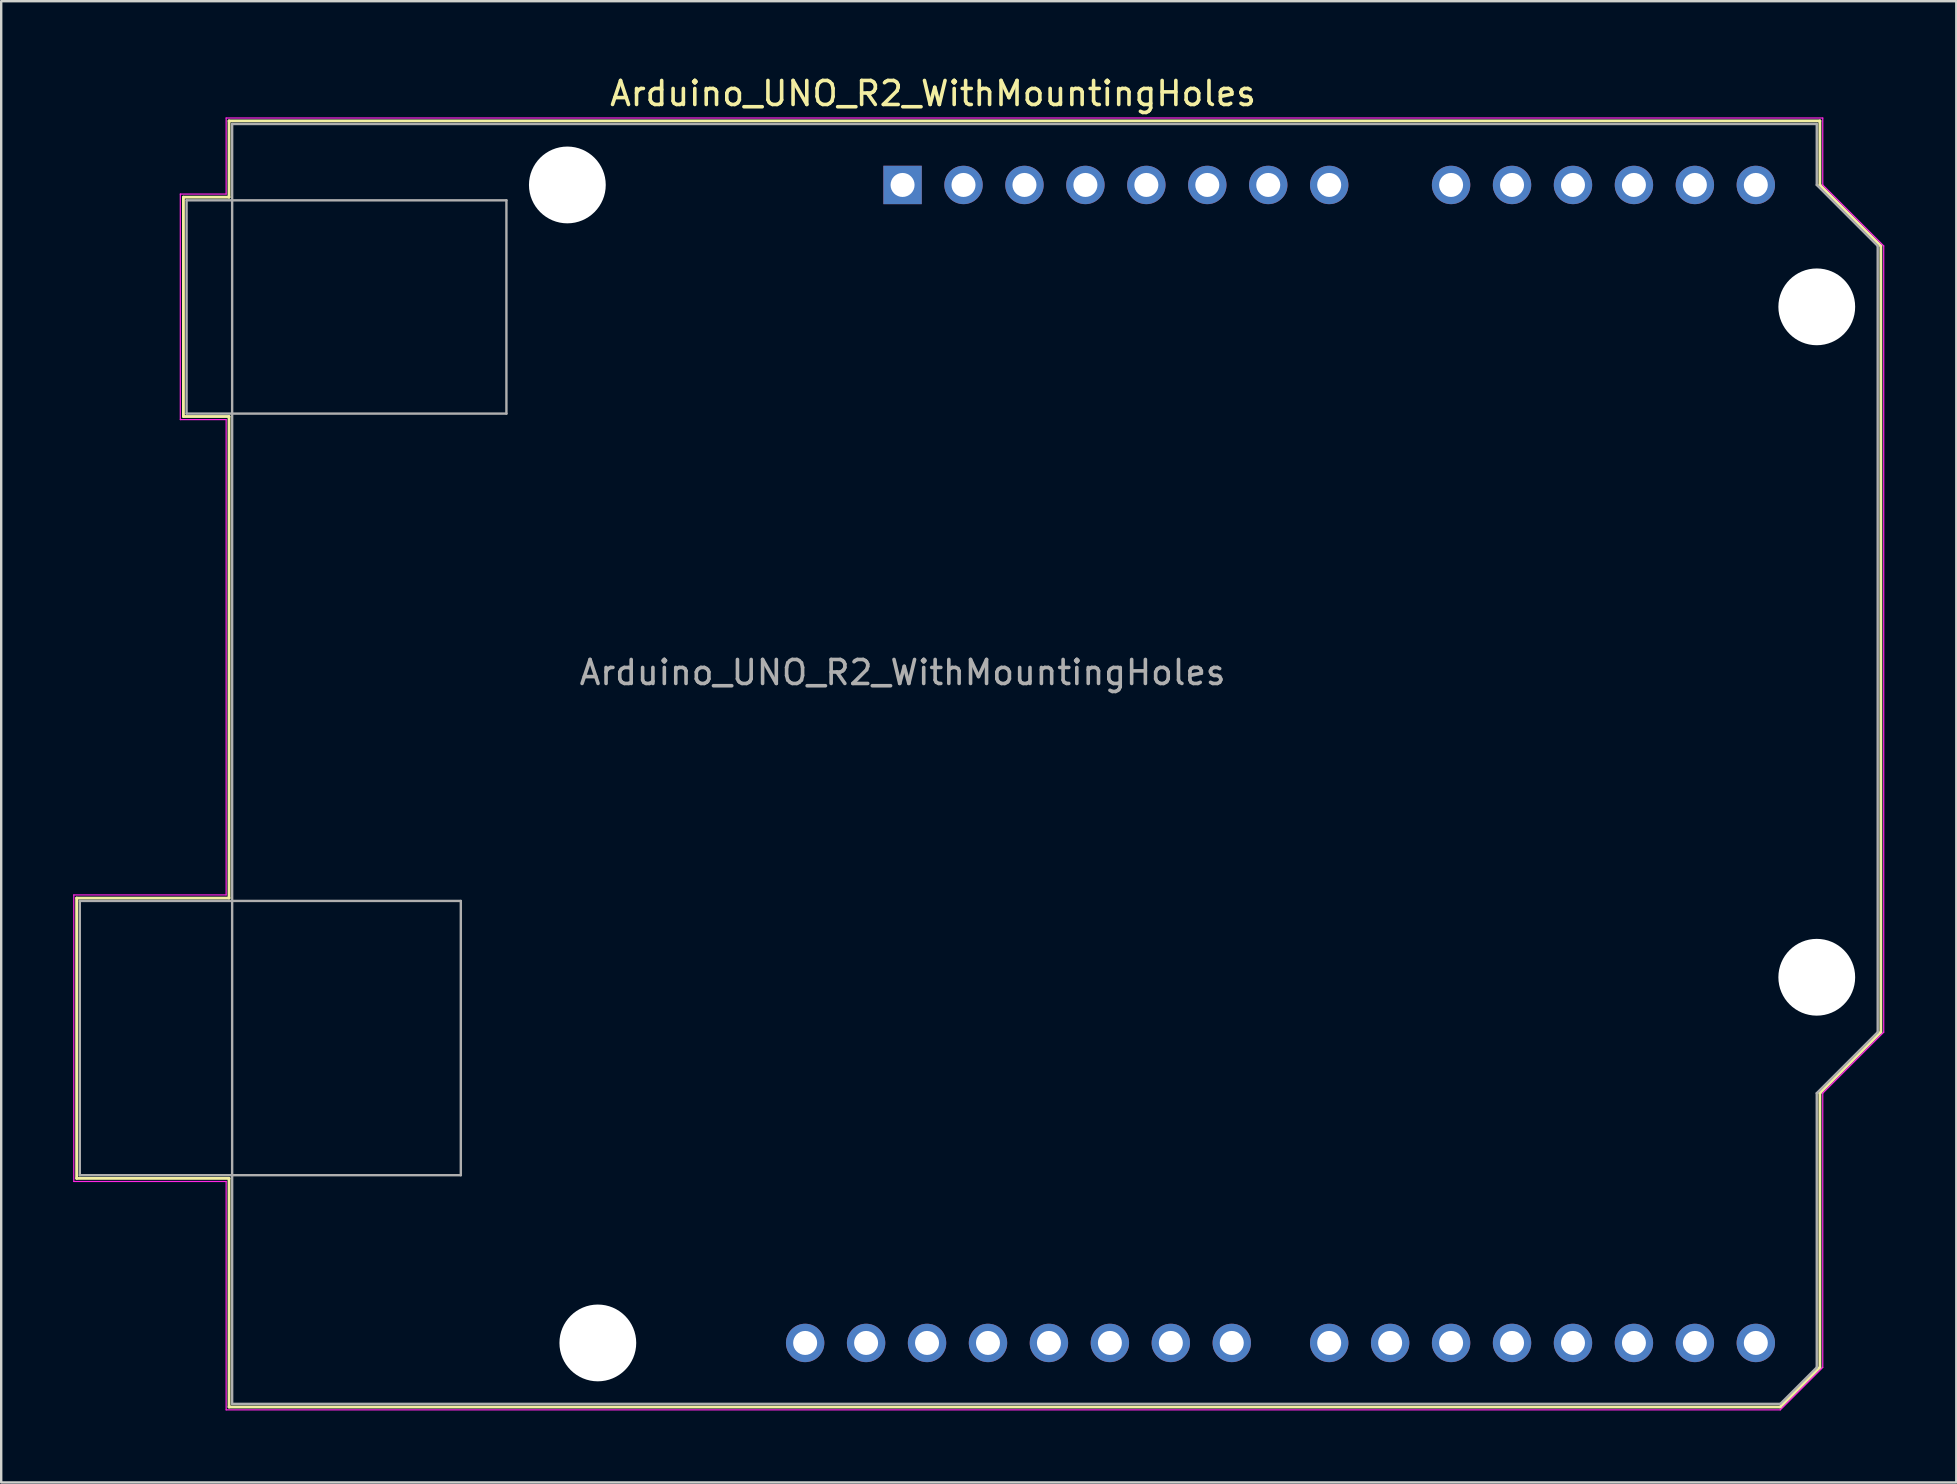
<source format=kicad_pcb>
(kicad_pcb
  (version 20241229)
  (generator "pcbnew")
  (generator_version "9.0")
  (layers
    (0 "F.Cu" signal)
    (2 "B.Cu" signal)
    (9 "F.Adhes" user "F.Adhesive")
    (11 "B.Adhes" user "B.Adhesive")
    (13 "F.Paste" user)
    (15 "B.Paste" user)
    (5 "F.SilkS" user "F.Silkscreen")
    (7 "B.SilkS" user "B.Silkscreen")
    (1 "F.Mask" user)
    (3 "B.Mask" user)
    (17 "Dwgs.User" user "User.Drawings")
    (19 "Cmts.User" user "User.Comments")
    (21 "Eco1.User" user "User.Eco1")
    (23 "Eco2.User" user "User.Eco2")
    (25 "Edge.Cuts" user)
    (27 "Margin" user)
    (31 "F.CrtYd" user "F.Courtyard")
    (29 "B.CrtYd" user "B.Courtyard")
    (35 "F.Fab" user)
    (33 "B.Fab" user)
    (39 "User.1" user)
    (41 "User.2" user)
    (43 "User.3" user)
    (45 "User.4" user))
  (footprint "Arduino_UNO_R2_WithMountingHoles"
    (layer "F.Cu")
    (at 34.565 4.658)
    (property "Reference" "Arduino_UNO_R2_WithMountingHoles" (at 1.27 -3.81 180) (layer "F.SilkS") (effects (font (size 1 1) (thickness 0.15))))
    (attr through_hole)
    (fp_line (start -34.42 29.72) (end -34.42 41.4) (stroke (width 0.12) (type solid)) (layer "F.SilkS"))
    (fp_line (start -34.42 41.4) (end -28.07 41.4) (stroke (width 0.12) (type solid)) (layer "F.SilkS"))
    (fp_line (start -29.97 0.51) (end -29.97 9.65) (stroke (width 0.12) (type solid)) (layer "F.SilkS"))
    (fp_line (start -29.97 9.65) (end -28.07 9.65) (stroke (width 0.12) (type solid)) (layer "F.SilkS"))
    (fp_line (start -28.07 -2.67) (end -28.07 0.51) (stroke (width 0.12) (type solid)) (layer "F.SilkS"))
    (fp_line (start -28.07 0.51) (end -29.97 0.51) (stroke (width 0.12) (type solid)) (layer "F.SilkS"))
    (fp_line (start -28.07 9.65) (end -28.07 29.72) (stroke (width 0.12) (type solid)) (layer "F.SilkS"))
    (fp_line (start -28.07 29.72) (end -34.42 29.72) (stroke (width 0.12) (type solid)) (layer "F.SilkS"))
    (fp_line (start -28.07 41.4) (end -28.07 50.93) (stroke (width 0.12) (type solid)) (layer "F.SilkS"))
    (fp_line (start -28.07 50.93) (end 36.58 50.93) (stroke (width 0.12) (type solid)) (layer "F.SilkS"))
    (fp_line (start 36.58 50.93) (end 38.23 49.28) (stroke (width 0.12) (type solid)) (layer "F.SilkS"))
    (fp_line (start 38.23 -2.67) (end -28.07 -2.67) (stroke (width 0.12) (type solid)) (layer "F.SilkS"))
    (fp_line (start 38.23 0) (end 38.23 -2.67) (stroke (width 0.12) (type solid)) (layer "F.SilkS"))
    (fp_line (start 38.23 37.85) (end 40.77 35.31) (stroke (width 0.12) (type solid)) (layer "F.SilkS"))
    (fp_line (start 38.23 49.28) (end 38.23 37.85) (stroke (width 0.12) (type solid)) (layer "F.SilkS"))
    (fp_line (start 40.77 2.54) (end 38.23 0) (stroke (width 0.12) (type solid)) (layer "F.SilkS"))
    (fp_line (start 40.77 35.31) (end 40.77 2.54) (stroke (width 0.12) (type solid)) (layer "F.SilkS"))
    (fp_line (start -34.54 29.59) (end -28.19 29.59) (stroke (width 0.05) (type solid)) (layer "F.CrtYd"))
    (fp_line (start -34.54 41.53) (end -34.54 29.59) (stroke (width 0.05) (type solid)) (layer "F.CrtYd"))
    (fp_line (start -30.1 0.38) (end -28.19 0.38) (stroke (width 0.05) (type solid)) (layer "F.CrtYd"))
    (fp_line (start -30.1 9.78) (end -30.1 0.38) (stroke (width 0.05) (type solid)) (layer "F.CrtYd"))
    (fp_line (start -28.19 -2.79) (end 38.35 -2.79) (stroke (width 0.05) (type solid)) (layer "F.CrtYd"))
    (fp_line (start -28.19 0.38) (end -28.19 -2.79) (stroke (width 0.05) (type solid)) (layer "F.CrtYd"))
    (fp_line (start -28.19 9.78) (end -30.1 9.78) (stroke (width 0.05) (type solid)) (layer "F.CrtYd"))
    (fp_line (start -28.19 29.59) (end -28.19 9.78) (stroke (width 0.05) (type solid)) (layer "F.CrtYd"))
    (fp_line (start -28.19 41.53) (end -34.54 41.53) (stroke (width 0.05) (type solid)) (layer "F.CrtYd"))
    (fp_line (start -28.19 51.05) (end -28.19 41.53) (stroke (width 0.05) (type solid)) (layer "F.CrtYd"))
    (fp_line (start 36.58 51.05) (end -28.19 51.05) (stroke (width 0.05) (type solid)) (layer "F.CrtYd"))
    (fp_line (start 38.35 -2.79) (end 38.35 0) (stroke (width 0.05) (type solid)) (layer "F.CrtYd"))
    (fp_line (start 38.35 0) (end 40.89 2.54) (stroke (width 0.05) (type solid)) (layer "F.CrtYd"))
    (fp_line (start 38.35 37.85) (end 38.35 49.28) (stroke (width 0.05) (type solid)) (layer "F.CrtYd"))
    (fp_line (start 38.35 49.28) (end 36.58 51.05) (stroke (width 0.05) (type solid)) (layer "F.CrtYd"))
    (fp_line (start 40.89 2.54) (end 40.89 35.31) (stroke (width 0.05) (type solid)) (layer "F.CrtYd"))
    (fp_line (start 40.89 35.31) (end 38.35 37.85) (stroke (width 0.05) (type solid)) (layer "F.CrtYd"))
    (fp_line (start -34.29 29.84) (end -18.41 29.84) (stroke (width 0.1) (type solid)) (layer "F.Fab"))
    (fp_line (start -34.29 41.27) (end -34.29 29.84) (stroke (width 0.1) (type solid)) (layer "F.Fab"))
    (fp_line (start -29.84 0.64) (end -16.51 0.64) (stroke (width 0.1) (type solid)) (layer "F.Fab"))
    (fp_line (start -29.84 9.53) (end -29.84 0.64) (stroke (width 0.1) (type solid)) (layer "F.Fab"))
    (fp_line (start -27.94 -2.54) (end 38.1 -2.54) (stroke (width 0.1) (type solid)) (layer "F.Fab"))
    (fp_line (start -27.94 50.8) (end -27.94 -2.54) (stroke (width 0.1) (type solid)) (layer "F.Fab"))
    (fp_line (start -18.41 29.84) (end -18.41 41.27) (stroke (width 0.1) (type solid)) (layer "F.Fab"))
    (fp_line (start -18.41 41.27) (end -34.29 41.27) (stroke (width 0.1) (type solid)) (layer "F.Fab"))
    (fp_line (start -16.51 0.64) (end -16.51 9.53) (stroke (width 0.1) (type solid)) (layer "F.Fab"))
    (fp_line (start -16.51 9.53) (end -29.84 9.53) (stroke (width 0.1) (type solid)) (layer "F.Fab"))
    (fp_line (start 36.58 50.8) (end -27.94 50.8) (stroke (width 0.1) (type solid)) (layer "F.Fab"))
    (fp_line (start 38.1 -2.54) (end 38.1 0) (stroke (width 0.1) (type solid)) (layer "F.Fab"))
    (fp_line (start 38.1 0) (end 40.64 2.54) (stroke (width 0.1) (type solid)) (layer "F.Fab"))
    (fp_line (start 38.1 37.85) (end 38.1 49.28) (stroke (width 0.1) (type solid)) (layer "F.Fab"))
    (fp_line (start 38.1 49.28) (end 36.58 50.8) (stroke (width 0.1) (type solid)) (layer "F.Fab"))
    (fp_line (start 40.64 2.54) (end 40.64 35.31) (stroke (width 0.1) (type solid)) (layer "F.Fab"))
    (fp_line (start 40.64 35.31) (end 38.1 37.85) (stroke (width 0.1) (type solid)) (layer "F.Fab"))
    (fp_text user "${REFERENCE}" (at 0 20.32 180) (layer "F.Fab") (effects (font (size 1 1) (thickness 0.15))))
    (pad "" np_thru_hole circle (at -13.97 0 90) (size 3.2 3.2) (drill 3.2) (layers "*.Cu" "*.Mask"))
    (pad "" np_thru_hole circle (at -12.7 48.26 90) (size 3.2 3.2) (drill 3.2) (layers "*.Cu" "*.Mask"))
    (pad "" np_thru_hole circle (at 38.1 5.08 90) (size 3.2 3.2) (drill 3.2) (layers "*.Cu" "*.Mask"))
    (pad "" np_thru_hole circle (at 38.1 33.02 90) (size 3.2 3.2) (drill 3.2) (layers "*.Cu" "*.Mask"))
    (pad "1" thru_hole rect (at 0 0 90) (size 1.6 1.6) (drill 1) (layers "*.Cu" "*.Mask"))
    (pad "2" thru_hole oval (at 2.54 0 90) (size 1.6 1.6) (drill 1) (layers "*.Cu" "*.Mask"))
    (pad "3" thru_hole oval (at 5.08 0 90) (size 1.6 1.6) (drill 1) (layers "*.Cu" "*.Mask"))
    (pad "4" thru_hole oval (at 7.62 0 90) (size 1.6 1.6) (drill 1) (layers "*.Cu" "*.Mask"))
    (pad "5" thru_hole oval (at 10.16 0 90) (size 1.6 1.6) (drill 1) (layers "*.Cu" "*.Mask"))
    (pad "6" thru_hole oval (at 12.7 0 90) (size 1.6 1.6) (drill 1) (layers "*.Cu" "*.Mask"))
    (pad "7" thru_hole oval (at 15.24 0 90) (size 1.6 1.6) (drill 1) (layers "*.Cu" "*.Mask"))
    (pad "8" thru_hole oval (at 17.78 0 90) (size 1.6 1.6) (drill 1) (layers "*.Cu" "*.Mask"))
    (pad "9" thru_hole oval (at 22.86 0 90) (size 1.6 1.6) (drill 1) (layers "*.Cu" "*.Mask"))
    (pad "10" thru_hole oval (at 25.4 0 90) (size 1.6 1.6) (drill 1) (layers "*.Cu" "*.Mask"))
    (pad "11" thru_hole oval (at 27.94 0 90) (size 1.6 1.6) (drill 1) (layers "*.Cu" "*.Mask"))
    (pad "12" thru_hole oval (at 30.48 0 90) (size 1.6 1.6) (drill 1) (layers "*.Cu" "*.Mask"))
    (pad "13" thru_hole oval (at 33.02 0 90) (size 1.6 1.6) (drill 1) (layers "*.Cu" "*.Mask"))
    (pad "14" thru_hole oval (at 35.56 0 90) (size 1.6 1.6) (drill 1) (layers "*.Cu" "*.Mask"))
    (pad "15" thru_hole oval (at 35.56 48.26 90) (size 1.6 1.6) (drill 1) (layers "*.Cu" "*.Mask"))
    (pad "16" thru_hole oval (at 33.02 48.26 90) (size 1.6 1.6) (drill 1) (layers "*.Cu" "*.Mask"))
    (pad "17" thru_hole oval (at 30.48 48.26 90) (size 1.6 1.6) (drill 1) (layers "*.Cu" "*.Mask"))
    (pad "18" thru_hole oval (at 27.94 48.26 90) (size 1.6 1.6) (drill 1) (layers "*.Cu" "*.Mask"))
    (pad "19" thru_hole oval (at 25.4 48.26 90) (size 1.6 1.6) (drill 1) (layers "*.Cu" "*.Mask"))
    (pad "20" thru_hole oval (at 22.86 48.26 90) (size 1.6 1.6) (drill 1) (layers "*.Cu" "*.Mask"))
    (pad "21" thru_hole oval (at 20.32 48.26 90) (size 1.6 1.6) (drill 1) (layers "*.Cu" "*.Mask"))
    (pad "22" thru_hole oval (at 17.78 48.26 90) (size 1.6 1.6) (drill 1) (layers "*.Cu" "*.Mask"))
    (pad "23" thru_hole oval (at 13.72 48.26 90) (size 1.6 1.6) (drill 1) (layers "*.Cu" "*.Mask"))
    (pad "24" thru_hole oval (at 11.18 48.26 90) (size 1.6 1.6) (drill 1) (layers "*.Cu" "*.Mask"))
    (pad "25" thru_hole oval (at 8.64 48.26 90) (size 1.6 1.6) (drill 1) (layers "*.Cu" "*.Mask"))
    (pad "26" thru_hole oval (at 6.1 48.26 90) (size 1.6 1.6) (drill 1) (layers "*.Cu" "*.Mask"))
    (pad "27" thru_hole oval (at 3.56 48.26 90) (size 1.6 1.6) (drill 1) (layers "*.Cu" "*.Mask"))
    (pad "28" thru_hole oval (at 1.02 48.26 90) (size 1.6 1.6) (drill 1) (layers "*.Cu" "*.Mask"))
    (pad "29" thru_hole oval (at -1.52 48.26 90) (size 1.6 1.6) (drill 1) (layers "*.Cu" "*.Mask"))
    (pad "30" thru_hole oval (at -4.06 48.26 90) (size 1.6 1.6) (drill 1) (layers "*.Cu" "*.Mask")))
  (gr_rect
    (start -3 -3)
    (end 78.48 58.733)
    (stroke (width 0.1) (type default))
    (fill no)
    (layer "Edge.Cuts")))
</source>
